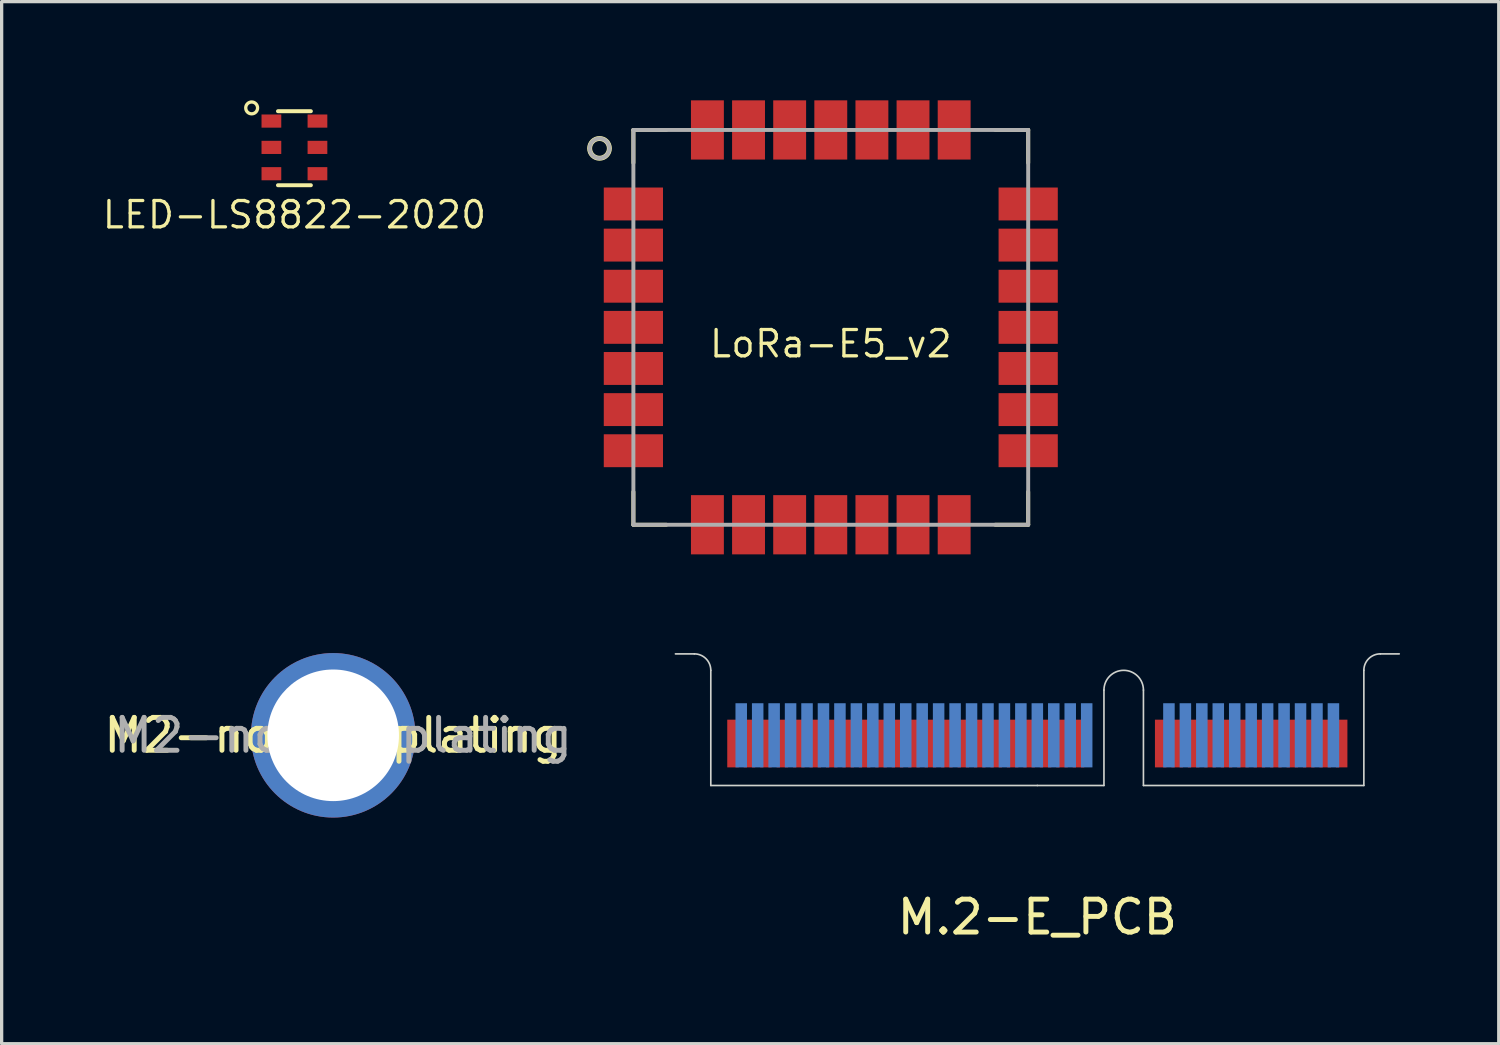
<source format=kicad_pcb>
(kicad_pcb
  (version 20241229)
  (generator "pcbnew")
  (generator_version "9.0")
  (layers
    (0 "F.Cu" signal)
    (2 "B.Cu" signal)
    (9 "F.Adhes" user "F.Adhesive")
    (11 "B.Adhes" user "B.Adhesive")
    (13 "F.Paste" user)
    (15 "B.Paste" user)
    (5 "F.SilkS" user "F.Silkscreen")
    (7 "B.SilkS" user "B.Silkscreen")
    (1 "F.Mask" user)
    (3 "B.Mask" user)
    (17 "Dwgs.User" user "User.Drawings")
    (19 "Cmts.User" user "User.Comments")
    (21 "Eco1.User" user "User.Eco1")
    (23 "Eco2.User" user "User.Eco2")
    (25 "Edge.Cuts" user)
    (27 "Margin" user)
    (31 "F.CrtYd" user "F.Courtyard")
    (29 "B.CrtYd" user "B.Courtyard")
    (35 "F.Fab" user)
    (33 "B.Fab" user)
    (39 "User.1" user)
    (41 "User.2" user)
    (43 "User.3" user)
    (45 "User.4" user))
  (footprint "LoRa-E5_v2"
    (layer "F.Cu")
    (at 22.202 6.9)
    (property "Reference" "LoRa-E5_v2" (at 0 0.5 180) (layer "F.SilkS") (effects (font (size 0.8 0.8) (thickness 0.1))))
    (attr through_hole)
    (fp_line (start -6 -6) (end -5 -6) (stroke (width 0.12) (type solid)) (layer "F.SilkS"))
    (fp_line (start -6 -5) (end -6 -6) (stroke (width 0.12) (type solid)) (layer "F.SilkS"))
    (fp_line (start -6 5) (end -6 6) (stroke (width 0.12) (type solid)) (layer "F.SilkS"))
    (fp_line (start -5 6) (end -6 6) (stroke (width 0.12) (type solid)) (layer "F.SilkS"))
    (fp_line (start 5 -6) (end 6 -6) (stroke (width 0.12) (type solid)) (layer "F.SilkS"))
    (fp_line (start 6 -5) (end 6 -6) (stroke (width 0.12) (type solid)) (layer "F.SilkS"))
    (fp_line (start 6 5) (end 6 6) (stroke (width 0.12) (type solid)) (layer "F.SilkS"))
    (fp_line (start 6 6) (end 5 6) (stroke (width 0.12) (type solid)) (layer "F.SilkS"))
    (fp_circle (center -7.03 -5.44) (end -6.73 -5.44) (stroke (width 0.15) (type solid)) (fill no) (layer "F.SilkS"))
    (fp_line (start -6 -6) (end 6 -6) (stroke (width 0.12) (type solid)) (layer "F.Fab"))
    (fp_line (start -6 6) (end -6 -6) (stroke (width 0.12) (type solid)) (layer "F.Fab"))
    (fp_line (start 6 -6) (end 6 6) (stroke (width 0.12) (type solid)) (layer "F.Fab"))
    (fp_line (start 6 6) (end -6 6) (stroke (width 0.12) (type solid)) (layer "F.Fab"))
    (fp_circle (center -7.03 -5.44) (end -6.73 -5.44) (stroke (width 0.12) (type solid)) (fill no) (layer "F.Fab"))
    (pad "1" smd rect (at -6 -3.75 90) (size 1 1.8) (layers "F.Cu" "F.Mask" "F.Paste"))
    (pad "2" smd rect (at -6 -2.5 90) (size 1 1.8) (layers "F.Cu" "F.Mask" "F.Paste"))
    (pad "3" smd rect (at -6 -1.25 90) (size 1 1.8) (layers "F.Cu" "F.Mask" "F.Paste"))
    (pad "4" smd rect (at -6 0 90) (size 1 1.8) (layers "F.Cu" "F.Mask" "F.Paste"))
    (pad "5" smd rect (at -6 1.25 90) (size 1 1.8) (layers "F.Cu" "F.Mask" "F.Paste"))
    (pad "6" smd rect (at -6 2.5 90) (size 1 1.8) (layers "F.Cu" "F.Mask" "F.Paste"))
    (pad "7" smd rect (at -6 3.75 90) (size 1 1.8) (layers "F.Cu" "F.Mask" "F.Paste"))
    (pad "8" smd rect (at -3.75 6 180) (size 1 1.8) (layers "F.Cu" "F.Mask" "F.Paste"))
    (pad "9" smd rect (at -2.5 6 180) (size 1 1.8) (layers "F.Cu" "F.Mask" "F.Paste"))
    (pad "10" smd rect (at -1.25 6 180) (size 1 1.8) (layers "F.Cu" "F.Mask" "F.Paste"))
    (pad "11" smd rect (at 0 6 180) (size 1 1.8) (layers "F.Cu" "F.Mask" "F.Paste"))
    (pad "12" smd rect (at 1.25 6 180) (size 1 1.8) (layers "F.Cu" "F.Mask" "F.Paste"))
    (pad "13" smd rect (at 2.5 6 180) (size 1 1.8) (layers "F.Cu" "F.Mask" "F.Paste"))
    (pad "14" smd rect (at 3.75 6 180) (size 1 1.8) (layers "F.Cu" "F.Mask" "F.Paste"))
    (pad "15" smd rect (at 6 3.75 270) (size 1 1.8) (layers "F.Cu" "F.Mask" "F.Paste"))
    (pad "16" smd rect (at 6 2.5 270) (size 1 1.8) (layers "F.Cu" "F.Mask" "F.Paste"))
    (pad "17" smd rect (at 6 1.25 270) (size 1 1.8) (layers "F.Cu" "F.Mask" "F.Paste"))
    (pad "18" smd rect (at 6 0 270) (size 1 1.8) (layers "F.Cu" "F.Mask" "F.Paste"))
    (pad "19" smd rect (at 6 -1.25 270) (size 1 1.8) (layers "F.Cu" "F.Mask" "F.Paste"))
    (pad "20" smd rect (at 6 -2.5 270) (size 1 1.8) (layers "F.Cu" "F.Mask" "F.Paste"))
    (pad "21" smd rect (at 6 -3.75 270) (size 1 1.8) (layers "F.Cu" "F.Mask" "F.Paste"))
    (pad "22" smd rect (at 3.75 -6) (size 1 1.8) (layers "F.Cu" "F.Mask" "F.Paste"))
    (pad "23" smd rect (at 2.5 -6) (size 1 1.8) (layers "F.Cu" "F.Mask" "F.Paste"))
    (pad "24" smd rect (at 1.25 -6) (size 1 1.8) (layers "F.Cu" "F.Mask" "F.Paste"))
    (pad "25" smd rect (at 0 -6) (size 1 1.8) (layers "F.Cu" "F.Mask" "F.Paste"))
    (pad "26" smd rect (at -1.25 -6) (size 1 1.8) (layers "F.Cu" "F.Mask" "F.Paste"))
    (pad "27" smd rect (at -2.5 -6) (size 1 1.8) (layers "F.Cu" "F.Mask" "F.Paste"))
    (pad "28" smd rect (at -3.75 -6) (size 1 1.8) (layers "F.Cu" "F.Mask" "F.Paste")))
  (footprint "M.2-E_PCB"
    (layer "F.Cu")
    (at 28.48 20.825)
    (property "Reference" "M.2-E_PCB" (at 0 4 0) (layer "F.SilkS") (effects (font (size 1 1) (thickness 0.15))))
    (attr through_hole)
    (fp_poly (pts (xy -9.925 0) (xy 2.025 0) (xy 2.025 -2) (xy -9.925 -2)) (stroke (width 0.1) (type solid)) (fill yes) (layer "F.Mask"))
    (fp_poly (pts (xy 3.225 0) (xy 9.925 0) (xy 9.925 -2) (xy 3.225 -2)) (stroke (width 0.1) (type solid)) (fill yes) (layer "F.Mask"))
    (fp_poly (pts (xy -9.925 0) (xy 2.025 0) (xy 2.025 -2.5) (xy -9.925 -2.5)) (stroke (width 0.1) (type solid)) (fill yes) (layer "B.Mask"))
    (fp_poly (pts (xy 3.225 0) (xy 9.925 0) (xy 9.925 -2.5) (xy 3.225 -2.5)) (stroke (width 0.1) (type solid)) (fill yes) (layer "B.Mask"))
    (fp_line (start -11 -4) (end -10.425 -4) (stroke (width 0.05) (type solid)) (layer "Edge.Cuts"))
    (fp_line (start -9.925 -3.5) (end -9.925 0) (stroke (width 0.05) (type solid)) (layer "Edge.Cuts"))
    (fp_line (start -9.925 0) (end 0 0) (stroke (width 0.05) (type solid)) (layer "Edge.Cuts"))
    (fp_line (start 0 0) (end 2.025 0) (stroke (width 0.05) (type solid)) (layer "Edge.Cuts"))
    (fp_line (start 2.025 0) (end 2.025 -2.9) (stroke (width 0.05) (type solid)) (layer "Edge.Cuts"))
    (fp_line (start 3.225 -2.9) (end 3.225 0) (stroke (width 0.05) (type solid)) (layer "Edge.Cuts"))
    (fp_line (start 3.225 0) (end 9.925 0) (stroke (width 0.05) (type solid)) (layer "Edge.Cuts"))
    (fp_line (start 9.925 0) (end 9.925 -3.5) (stroke (width 0.05) (type solid)) (layer "Edge.Cuts"))
    (fp_line (start 10.425 -4) (end 11 -4) (stroke (width 0.05) (type solid)) (layer "Edge.Cuts"))
    (fp_arc (start -10.425 -4) (mid -10.071447 -3.853553) (end -9.925 -3.5) (stroke (width 0.05) (type solid)) (layer "Edge.Cuts"))
    (fp_arc (start 2.025 -2.9) (mid 2.625 -3.5) (end 3.225 -2.9) (stroke (width 0.05) (type solid)) (layer "Edge.Cuts"))
    (fp_arc (start 9.925 -3.5) (mid 10.071447 -3.853553) (end 10.425 -4) (stroke (width 0.05) (type solid)) (layer "Edge.Cuts"))
    (pad "1" smd rect (at 9.25 -1.275) (size 0.35 1.45) (layers "F.Cu"))
    (pad "2" smd rect (at 9 -1.525) (size 0.35 1.95) (layers "B.Cu"))
    (pad "3" smd rect (at 8.75 -1.275) (size 0.35 1.45) (layers "F.Cu"))
    (pad "4" smd rect (at 8.5 -1.525) (size 0.35 1.95) (layers "B.Cu"))
    (pad "5" smd rect (at 8.25 -1.275) (size 0.35 1.45) (layers "F.Cu"))
    (pad "6" smd rect (at 8 -1.525) (size 0.35 1.95) (layers "B.Cu"))
    (pad "7" smd rect (at 7.75 -1.275) (size 0.35 1.45) (layers "F.Cu"))
    (pad "8" smd rect (at 7.5 -1.525) (size 0.35 1.95) (layers "B.Cu"))
    (pad "9" smd rect (at 7.25 -1.275) (size 0.35 1.45) (layers "F.Cu"))
    (pad "10" smd rect (at 7 -1.525) (size 0.35 1.95) (layers "B.Cu"))
    (pad "11" smd rect (at 6.75 -1.275) (size 0.35 1.45) (layers "F.Cu"))
    (pad "12" smd rect (at 6.5 -1.525) (size 0.35 1.95) (layers "B.Cu"))
    (pad "13" smd rect (at 6.25 -1.275) (size 0.35 1.45) (layers "F.Cu"))
    (pad "14" smd rect (at 6 -1.525) (size 0.35 1.95) (layers "B.Cu"))
    (pad "15" smd rect (at 5.75 -1.275) (size 0.35 1.45) (layers "F.Cu"))
    (pad "16" smd rect (at 5.5 -1.525) (size 0.35 1.95) (layers "B.Cu"))
    (pad "17" smd rect (at 5.25 -1.275) (size 0.35 1.45) (layers "F.Cu"))
    (pad "18" smd rect (at 5 -1.525) (size 0.35 1.95) (layers "B.Cu"))
    (pad "19" smd rect (at 4.75 -1.275) (size 0.35 1.45) (layers "F.Cu"))
    (pad "20" smd rect (at 4.5 -1.525) (size 0.35 1.95) (layers "B.Cu"))
    (pad "21" smd rect (at 4.25 -1.275) (size 0.35 1.45) (layers "F.Cu"))
    (pad "22" smd rect (at 4 -1.525) (size 0.35 1.95) (layers "B.Cu"))
    (pad "23" smd rect (at 3.75 -1.275) (size 0.35 1.45) (layers "F.Cu"))
    (pad "32" smd rect (at 1.5 -1.525) (size 0.35 1.95) (layers "B.Cu"))
    (pad "33" smd rect (at 1.25 -1.275) (size 0.35 1.45) (layers "F.Cu"))
    (pad "34" smd rect (at 1 -1.525) (size 0.35 1.95) (layers "B.Cu"))
    (pad "35" smd rect (at 0.75 -1.275) (size 0.35 1.45) (layers "F.Cu"))
    (pad "36" smd rect (at 0.5 -1.525) (size 0.35 1.95) (layers "B.Cu"))
    (pad "37" smd rect (at 0.25 -1.275) (size 0.35 1.45) (layers "F.Cu"))
    (pad "38" smd rect (at 0 -1.525) (size 0.35 1.95) (layers "B.Cu"))
    (pad "39" smd rect (at -0.25 -1.275) (size 0.35 1.45) (layers "F.Cu"))
    (pad "40" smd rect (at -0.5 -1.525) (size 0.35 1.95) (layers "B.Cu"))
    (pad "41" smd rect (at -0.75 -1.275) (size 0.35 1.45) (layers "F.Cu"))
    (pad "42" smd rect (at -1 -1.525) (size 0.35 1.95) (layers "B.Cu"))
    (pad "43" smd rect (at -1.25 -1.275) (size 0.35 1.45) (layers "F.Cu"))
    (pad "44" smd rect (at -1.5 -1.525) (size 0.35 1.95) (layers "B.Cu"))
    (pad "45" smd rect (at -1.75 -1.275) (size 0.35 1.45) (layers "F.Cu"))
    (pad "46" smd rect (at -2 -1.525) (size 0.35 1.95) (layers "B.Cu"))
    (pad "47" smd rect (at -2.25 -1.275) (size 0.35 1.45) (layers "F.Cu"))
    (pad "48" smd rect (at -2.5 -1.525) (size 0.35 1.95) (layers "B.Cu"))
    (pad "49" smd rect (at -2.75 -1.275) (size 0.35 1.45) (layers "F.Cu"))
    (pad "50" smd rect (at -3 -1.525) (size 0.35 1.95) (layers "B.Cu"))
    (pad "51" smd rect (at -3.25 -1.275) (size 0.35 1.45) (layers "F.Cu"))
    (pad "52" smd rect (at -3.5 -1.525) (size 0.35 1.95) (layers "B.Cu"))
    (pad "53" smd rect (at -3.75 -1.275) (size 0.35 1.45) (layers "F.Cu"))
    (pad "54" smd rect (at -4 -1.525) (size 0.35 1.95) (layers "B.Cu"))
    (pad "55" smd rect (at -4.25 -1.275) (size 0.35 1.45) (layers "F.Cu"))
    (pad "56" smd rect (at -4.5 -1.525) (size 0.35 1.95) (layers "B.Cu"))
    (pad "57" smd rect (at -4.75 -1.275) (size 0.35 1.45) (layers "F.Cu"))
    (pad "58" smd rect (at -5 -1.525) (size 0.35 1.95) (layers "B.Cu"))
    (pad "59" smd rect (at -5.25 -1.275) (size 0.35 1.45) (layers "F.Cu"))
    (pad "60" smd rect (at -5.5 -1.525) (size 0.35 1.95) (layers "B.Cu"))
    (pad "61" smd rect (at -5.75 -1.275) (size 0.35 1.45) (layers "F.Cu"))
    (pad "62" smd rect (at -6 -1.525) (size 0.35 1.95) (layers "B.Cu"))
    (pad "63" smd rect (at -6.25 -1.275) (size 0.35 1.45) (layers "F.Cu"))
    (pad "64" smd rect (at -6.5 -1.525) (size 0.35 1.95) (layers "B.Cu"))
    (pad "65" smd rect (at -6.75 -1.275) (size 0.35 1.45) (layers "F.Cu"))
    (pad "66" smd rect (at -7 -1.525) (size 0.35 1.95) (layers "B.Cu"))
    (pad "67" smd rect (at -7.25 -1.275) (size 0.35 1.45) (layers "F.Cu"))
    (pad "68" smd rect (at -7.5 -1.525) (size 0.35 1.95) (layers "B.Cu"))
    (pad "69" smd rect (at -7.75 -1.275) (size 0.35 1.45) (layers "F.Cu"))
    (pad "70" smd rect (at -8 -1.525) (size 0.35 1.95) (layers "B.Cu"))
    (pad "71" smd rect (at -8.25 -1.275) (size 0.35 1.45) (layers "F.Cu"))
    (pad "72" smd rect (at -8.5 -1.525) (size 0.35 1.95) (layers "B.Cu"))
    (pad "73" smd rect (at -8.75 -1.275) (size 0.35 1.45) (layers "F.Cu"))
    (pad "74" smd rect (at -9 -1.525) (size 0.35 1.95) (layers "B.Cu"))
    (pad "75" smd rect (at -9.25 -1.275) (size 0.35 1.45) (layers "F.Cu")))
  (footprint "LED-LS8822-2020"
    (layer "F.Cu")
    (at 5.899 1.43)
    (property "Reference" "LED-LS8822-2020" (at 0 2.05 0) (layer "F.SilkS") (effects (font (size 0.8 0.8) (thickness 0.1))))
    (attr smd)
    (fp_line (start -0.5 -1.1) (end 0.5 -1.1) (stroke (width 0.12) (type solid)) (layer "F.SilkS"))
    (fp_line (start 0.5 1.15) (end -0.5 1.15) (stroke (width 0.12) (type solid)) (layer "F.SilkS"))
    (fp_circle (center -1.3 -1.2) (end -1.12 -1.2) (stroke (width 0.1) (type solid)) (fill no) (layer "F.SilkS"))
    (pad "1" smd rect (at -0.7 -0.8) (size 0.6 0.4) (layers "F.Cu" "F.Mask" "F.Paste"))
    (pad "2" smd rect (at -0.7 0) (size 0.6 0.4) (layers "F.Cu" "F.Mask" "F.Paste"))
    (pad "3" smd rect (at -0.7 0.8) (size 0.6 0.4) (layers "F.Cu" "F.Mask" "F.Paste"))
    (pad "4" smd rect (at 0.7 -0.8) (size 0.6 0.4) (layers "F.Cu" "F.Mask" "F.Paste"))
    (pad "5" smd rect (at 0.7 0) (size 0.6 0.4) (layers "F.Cu" "F.Mask" "F.Paste"))
    (pad "6" smd rect (at 0.7 0.8) (size 0.6 0.4) (layers "F.Cu" "F.Mask" "F.Paste")))
  (footprint "M2-notch-plating"
    (layer "F.Cu")
    (at 7.077 19.3)
    (property "Reference" "M2-notch-plating" (at 0 0 0) (layer "F.SilkS") (effects (font (size 1 1) (thickness 0.15))))
    (attr exclude_from_pos_files exclude_from_bom)
    (fp_text user "${REFERENCE}" (at 0.3 0 0) (layer "F.Fab") (effects (font (size 1 1) (thickness 0.15))))
    (pad "1" thru_hole circle (at 0 0) (size 5 5) (drill 4) (layers "*.Cu" "*.Mask")))
  (gr_rect
    (start -3 -3)
    (end 42.505 28.673)
    (stroke (width 0.1) (type default))
    (fill no)
    (layer "Edge.Cuts")))
</source>
